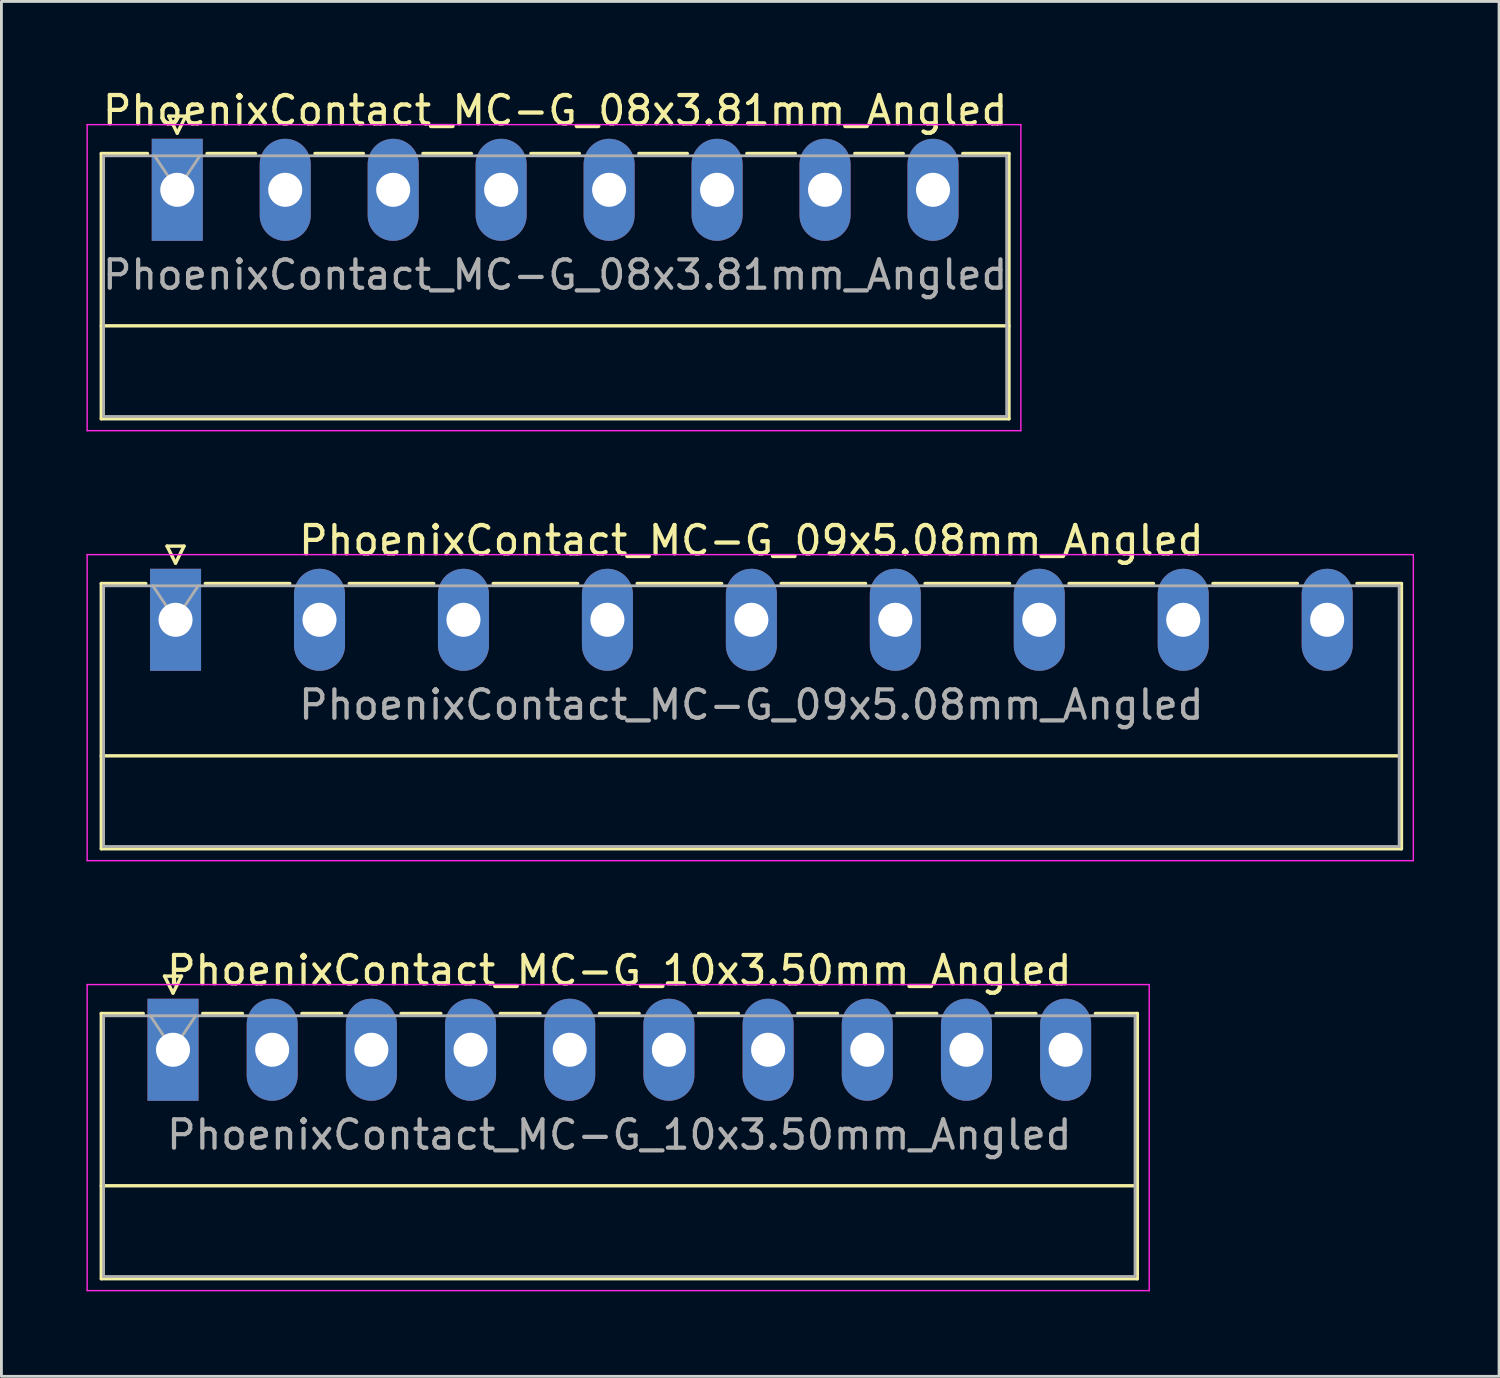
<source format=kicad_pcb>
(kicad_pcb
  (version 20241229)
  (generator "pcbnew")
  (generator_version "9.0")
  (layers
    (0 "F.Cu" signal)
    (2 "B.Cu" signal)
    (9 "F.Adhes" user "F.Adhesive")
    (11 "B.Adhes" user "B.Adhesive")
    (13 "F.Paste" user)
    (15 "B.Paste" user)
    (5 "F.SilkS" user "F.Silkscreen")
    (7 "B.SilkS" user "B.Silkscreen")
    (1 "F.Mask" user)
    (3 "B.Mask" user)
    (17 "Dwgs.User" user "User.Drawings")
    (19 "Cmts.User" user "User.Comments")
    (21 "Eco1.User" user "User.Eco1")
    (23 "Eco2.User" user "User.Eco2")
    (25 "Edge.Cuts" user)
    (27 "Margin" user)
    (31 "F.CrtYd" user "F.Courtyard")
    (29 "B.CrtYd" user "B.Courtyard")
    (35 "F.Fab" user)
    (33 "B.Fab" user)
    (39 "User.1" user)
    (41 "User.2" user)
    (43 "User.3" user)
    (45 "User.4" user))
  (footprint "PhoenixContact_MC-G_08x3.81mm_Angled"
    (layer "F.Cu")
    (at 3.205 3.648)
    (property "Reference" "PhoenixContact_MC-G_08x3.81mm_Angled" (at 13.335 -2.8 0) (layer "F.SilkS") (effects (font (size 1 1) (thickness 0.15))))
    (attr through_hole)
    (fp_line (start -2.68 -1.28) (end -2.68 8.08) (stroke (width 0.12) (type solid)) (layer "F.SilkS"))
    (fp_line (start -2.68 -1.28) (end -1.05 -1.28) (stroke (width 0.12) (type solid)) (layer "F.SilkS"))
    (fp_line (start -2.68 4.8) (end 29.35 4.8) (stroke (width 0.12) (type solid)) (layer "F.SilkS"))
    (fp_line (start -2.68 8.08) (end 29.35 8.08) (stroke (width 0.12) (type solid)) (layer "F.SilkS"))
    (fp_line (start -0.3 -2.6) (end 0.3 -2.6) (stroke (width 0.12) (type solid)) (layer "F.SilkS"))
    (fp_line (start 0 -2) (end -0.3 -2.6) (stroke (width 0.12) (type solid)) (layer "F.SilkS"))
    (fp_line (start 0.3 -2.6) (end 0 -2) (stroke (width 0.12) (type solid)) (layer "F.SilkS"))
    (fp_line (start 1.05 -1.28) (end 2.76 -1.28) (stroke (width 0.12) (type solid)) (layer "F.SilkS"))
    (fp_line (start 4.86 -1.28) (end 6.57 -1.28) (stroke (width 0.12) (type solid)) (layer "F.SilkS"))
    (fp_line (start 8.67 -1.28) (end 10.38 -1.28) (stroke (width 0.12) (type solid)) (layer "F.SilkS"))
    (fp_line (start 12.48 -1.28) (end 14.19 -1.28) (stroke (width 0.12) (type solid)) (layer "F.SilkS"))
    (fp_line (start 16.29 -1.28) (end 18 -1.28) (stroke (width 0.12) (type solid)) (layer "F.SilkS"))
    (fp_line (start 20.1 -1.28) (end 21.81 -1.28) (stroke (width 0.12) (type solid)) (layer "F.SilkS"))
    (fp_line (start 23.91 -1.28) (end 25.62 -1.28) (stroke (width 0.12) (type solid)) (layer "F.SilkS"))
    (fp_line (start 29.35 -1.28) (end 27.72 -1.28) (stroke (width 0.12) (type solid)) (layer "F.SilkS"))
    (fp_line (start 29.35 8.08) (end 29.35 -1.28) (stroke (width 0.12) (type solid)) (layer "F.SilkS"))
    (fp_line (start -3.18 -2.3) (end -3.18 8.5) (stroke (width 0.05) (type solid)) (layer "F.CrtYd"))
    (fp_line (start -3.18 8.5) (end 29.77 8.5) (stroke (width 0.05) (type solid)) (layer "F.CrtYd"))
    (fp_line (start 29.77 -2.3) (end -3.18 -2.3) (stroke (width 0.05) (type solid)) (layer "F.CrtYd"))
    (fp_line (start 29.77 8.5) (end 29.77 -2.3) (stroke (width 0.05) (type solid)) (layer "F.CrtYd"))
    (fp_line (start -2.6 -1.2) (end -2.6 8) (stroke (width 0.1) (type solid)) (layer "F.Fab"))
    (fp_line (start -2.6 8) (end 29.27 8) (stroke (width 0.1) (type solid)) (layer "F.Fab"))
    (fp_line (start 0 0) (end -0.8 -1.2) (stroke (width 0.1) (type solid)) (layer "F.Fab"))
    (fp_line (start 0.8 -1.2) (end 0 0) (stroke (width 0.1) (type solid)) (layer "F.Fab"))
    (fp_line (start 29.27 -1.2) (end -2.6 -1.2) (stroke (width 0.1) (type solid)) (layer "F.Fab"))
    (fp_line (start 29.27 8) (end 29.27 -1.2) (stroke (width 0.1) (type solid)) (layer "F.Fab"))
    (fp_text user "${REFERENCE}" (at 13.335 3 0) (layer "F.Fab") (effects (font (size 1 1) (thickness 0.15))))
    (pad "1" thru_hole rect (at 0 0) (size 1.8 3.6) (drill 1.2) (layers "*.Cu" "*.Mask"))
    (pad "2" thru_hole oval (at 3.81 0) (size 1.8 3.6) (drill 1.2) (layers "*.Cu" "*.Mask"))
    (pad "3" thru_hole oval (at 7.62 0) (size 1.8 3.6) (drill 1.2) (layers "*.Cu" "*.Mask"))
    (pad "4" thru_hole oval (at 11.43 0) (size 1.8 3.6) (drill 1.2) (layers "*.Cu" "*.Mask"))
    (pad "5" thru_hole oval (at 15.24 0) (size 1.8 3.6) (drill 1.2) (layers "*.Cu" "*.Mask"))
    (pad "6" thru_hole oval (at 19.05 0) (size 1.8 3.6) (drill 1.2) (layers "*.Cu" "*.Mask"))
    (pad "7" thru_hole oval (at 22.86 0) (size 1.8 3.6) (drill 1.2) (layers "*.Cu" "*.Mask"))
    (pad "8" thru_hole oval (at 26.67 0) (size 1.8 3.6) (drill 1.2) (layers "*.Cu" "*.Mask")))
  (footprint "PhoenixContact_MC-G_10x3.50mm_Angled"
    (layer "F.Cu")
    (at 3.055 33.995)
    (property "Reference" "PhoenixContact_MC-G_10x3.50mm_Angled" (at 15.75 -2.8 0) (layer "F.SilkS") (effects (font (size 1 1) (thickness 0.15))))
    (attr through_hole)
    (fp_line (start -2.53 -1.28) (end -2.53 8.08) (stroke (width 0.12) (type solid)) (layer "F.SilkS"))
    (fp_line (start -2.53 -1.28) (end -1.05 -1.28) (stroke (width 0.12) (type solid)) (layer "F.SilkS"))
    (fp_line (start -2.53 4.8) (end 34.03 4.8) (stroke (width 0.12) (type solid)) (layer "F.SilkS"))
    (fp_line (start -2.53 8.08) (end 34.03 8.08) (stroke (width 0.12) (type solid)) (layer "F.SilkS"))
    (fp_line (start -0.3 -2.6) (end 0.3 -2.6) (stroke (width 0.12) (type solid)) (layer "F.SilkS"))
    (fp_line (start 0 -2) (end -0.3 -2.6) (stroke (width 0.12) (type solid)) (layer "F.SilkS"))
    (fp_line (start 0.3 -2.6) (end 0 -2) (stroke (width 0.12) (type solid)) (layer "F.SilkS"))
    (fp_line (start 1.05 -1.28) (end 2.45 -1.28) (stroke (width 0.12) (type solid)) (layer "F.SilkS"))
    (fp_line (start 4.55 -1.28) (end 5.95 -1.28) (stroke (width 0.12) (type solid)) (layer "F.SilkS"))
    (fp_line (start 8.05 -1.28) (end 9.45 -1.28) (stroke (width 0.12) (type solid)) (layer "F.SilkS"))
    (fp_line (start 11.55 -1.28) (end 12.95 -1.28) (stroke (width 0.12) (type solid)) (layer "F.SilkS"))
    (fp_line (start 15.05 -1.28) (end 16.45 -1.28) (stroke (width 0.12) (type solid)) (layer "F.SilkS"))
    (fp_line (start 18.55 -1.28) (end 19.95 -1.28) (stroke (width 0.12) (type solid)) (layer "F.SilkS"))
    (fp_line (start 22.05 -1.28) (end 23.45 -1.28) (stroke (width 0.12) (type solid)) (layer "F.SilkS"))
    (fp_line (start 25.55 -1.28) (end 26.95 -1.28) (stroke (width 0.12) (type solid)) (layer "F.SilkS"))
    (fp_line (start 29.05 -1.28) (end 30.45 -1.28) (stroke (width 0.12) (type solid)) (layer "F.SilkS"))
    (fp_line (start 34.03 -1.28) (end 32.55 -1.28) (stroke (width 0.12) (type solid)) (layer "F.SilkS"))
    (fp_line (start 34.03 8.08) (end 34.03 -1.28) (stroke (width 0.12) (type solid)) (layer "F.SilkS"))
    (fp_line (start -3.03 -2.3) (end -3.03 8.5) (stroke (width 0.05) (type solid)) (layer "F.CrtYd"))
    (fp_line (start -3.03 8.5) (end 34.45 8.5) (stroke (width 0.05) (type solid)) (layer "F.CrtYd"))
    (fp_line (start 34.45 -2.3) (end -3.03 -2.3) (stroke (width 0.05) (type solid)) (layer "F.CrtYd"))
    (fp_line (start 34.45 8.5) (end 34.45 -2.3) (stroke (width 0.05) (type solid)) (layer "F.CrtYd"))
    (fp_line (start -2.45 -1.2) (end -2.45 8) (stroke (width 0.1) (type solid)) (layer "F.Fab"))
    (fp_line (start -2.45 8) (end 33.95 8) (stroke (width 0.1) (type solid)) (layer "F.Fab"))
    (fp_line (start 0 0) (end -0.8 -1.2) (stroke (width 0.1) (type solid)) (layer "F.Fab"))
    (fp_line (start 0.8 -1.2) (end 0 0) (stroke (width 0.1) (type solid)) (layer "F.Fab"))
    (fp_line (start 33.95 -1.2) (end -2.45 -1.2) (stroke (width 0.1) (type solid)) (layer "F.Fab"))
    (fp_line (start 33.95 8) (end 33.95 -1.2) (stroke (width 0.1) (type solid)) (layer "F.Fab"))
    (fp_text user "${REFERENCE}" (at 15.75 3 0) (layer "F.Fab") (effects (font (size 1 1) (thickness 0.15))))
    (pad "1" thru_hole rect (at 0 0) (size 1.8 3.6) (drill 1.2) (layers "*.Cu" "*.Mask"))
    (pad "2" thru_hole oval (at 3.5 0) (size 1.8 3.6) (drill 1.2) (layers "*.Cu" "*.Mask"))
    (pad "3" thru_hole oval (at 7 0) (size 1.8 3.6) (drill 1.2) (layers "*.Cu" "*.Mask"))
    (pad "4" thru_hole oval (at 10.5 0) (size 1.8 3.6) (drill 1.2) (layers "*.Cu" "*.Mask"))
    (pad "5" thru_hole oval (at 14 0) (size 1.8 3.6) (drill 1.2) (layers "*.Cu" "*.Mask"))
    (pad "6" thru_hole oval (at 17.5 0) (size 1.8 3.6) (drill 1.2) (layers "*.Cu" "*.Mask"))
    (pad "7" thru_hole oval (at 21 0) (size 1.8 3.6) (drill 1.2) (layers "*.Cu" "*.Mask"))
    (pad "8" thru_hole oval (at 24.5 0) (size 1.8 3.6) (drill 1.2) (layers "*.Cu" "*.Mask"))
    (pad "9" thru_hole oval (at 28 0) (size 1.8 3.6) (drill 1.2) (layers "*.Cu" "*.Mask"))
    (pad "10" thru_hole oval (at 31.5 0) (size 1.8 3.6) (drill 1.2) (layers "*.Cu" "*.Mask")))
  (footprint "PhoenixContact_MC-G_09x5.08mm_Angled"
    (layer "F.Cu")
    (at 3.145 18.822)
    (property "Reference" "PhoenixContact_MC-G_09x5.08mm_Angled" (at 20.32 -2.8 0) (layer "F.SilkS") (effects (font (size 1 1) (thickness 0.15))))
    (attr through_hole)
    (fp_line (start -2.62 -1.28) (end -2.62 8.08) (stroke (width 0.12) (type solid)) (layer "F.SilkS"))
    (fp_line (start -2.62 -1.28) (end -1.05 -1.28) (stroke (width 0.12) (type solid)) (layer "F.SilkS"))
    (fp_line (start -2.62 4.8) (end 43.26 4.8) (stroke (width 0.12) (type solid)) (layer "F.SilkS"))
    (fp_line (start -2.62 8.08) (end 43.26 8.08) (stroke (width 0.12) (type solid)) (layer "F.SilkS"))
    (fp_line (start -0.3 -2.6) (end 0.3 -2.6) (stroke (width 0.12) (type solid)) (layer "F.SilkS"))
    (fp_line (start 0 -2) (end -0.3 -2.6) (stroke (width 0.12) (type solid)) (layer "F.SilkS"))
    (fp_line (start 0.3 -2.6) (end 0 -2) (stroke (width 0.12) (type solid)) (layer "F.SilkS"))
    (fp_line (start 1.05 -1.28) (end 4.03 -1.28) (stroke (width 0.12) (type solid)) (layer "F.SilkS"))
    (fp_line (start 6.13 -1.28) (end 9.11 -1.28) (stroke (width 0.12) (type solid)) (layer "F.SilkS"))
    (fp_line (start 11.21 -1.28) (end 14.19 -1.28) (stroke (width 0.12) (type solid)) (layer "F.SilkS"))
    (fp_line (start 16.29 -1.28) (end 19.27 -1.28) (stroke (width 0.12) (type solid)) (layer "F.SilkS"))
    (fp_line (start 21.37 -1.28) (end 24.35 -1.28) (stroke (width 0.12) (type solid)) (layer "F.SilkS"))
    (fp_line (start 26.45 -1.28) (end 29.43 -1.28) (stroke (width 0.12) (type solid)) (layer "F.SilkS"))
    (fp_line (start 31.53 -1.28) (end 34.51 -1.28) (stroke (width 0.12) (type solid)) (layer "F.SilkS"))
    (fp_line (start 36.61 -1.28) (end 39.59 -1.28) (stroke (width 0.12) (type solid)) (layer "F.SilkS"))
    (fp_line (start 43.26 -1.28) (end 41.69 -1.28) (stroke (width 0.12) (type solid)) (layer "F.SilkS"))
    (fp_line (start 43.26 8.08) (end 43.26 -1.28) (stroke (width 0.12) (type solid)) (layer "F.SilkS"))
    (fp_line (start -3.12 -2.3) (end -3.12 8.5) (stroke (width 0.05) (type solid)) (layer "F.CrtYd"))
    (fp_line (start -3.12 8.5) (end 43.68 8.5) (stroke (width 0.05) (type solid)) (layer "F.CrtYd"))
    (fp_line (start 43.68 -2.3) (end -3.12 -2.3) (stroke (width 0.05) (type solid)) (layer "F.CrtYd"))
    (fp_line (start 43.68 8.5) (end 43.68 -2.3) (stroke (width 0.05) (type solid)) (layer "F.CrtYd"))
    (fp_line (start -2.54 -1.2) (end -2.54 8) (stroke (width 0.1) (type solid)) (layer "F.Fab"))
    (fp_line (start -2.54 8) (end 43.18 8) (stroke (width 0.1) (type solid)) (layer "F.Fab"))
    (fp_line (start 0 0) (end -0.8 -1.2) (stroke (width 0.1) (type solid)) (layer "F.Fab"))
    (fp_line (start 0.8 -1.2) (end 0 0) (stroke (width 0.1) (type solid)) (layer "F.Fab"))
    (fp_line (start 43.18 -1.2) (end -2.54 -1.2) (stroke (width 0.1) (type solid)) (layer "F.Fab"))
    (fp_line (start 43.18 8) (end 43.18 -1.2) (stroke (width 0.1) (type solid)) (layer "F.Fab"))
    (fp_text user "${REFERENCE}" (at 20.32 3 0) (layer "F.Fab") (effects (font (size 1 1) (thickness 0.15))))
    (pad "1" thru_hole rect (at 0 0) (size 1.8 3.6) (drill 1.2) (layers "*.Cu" "*.Mask"))
    (pad "2" thru_hole oval (at 5.08 0) (size 1.8 3.6) (drill 1.2) (layers "*.Cu" "*.Mask"))
    (pad "3" thru_hole oval (at 10.16 0) (size 1.8 3.6) (drill 1.2) (layers "*.Cu" "*.Mask"))
    (pad "4" thru_hole oval (at 15.24 0) (size 1.8 3.6) (drill 1.2) (layers "*.Cu" "*.Mask"))
    (pad "5" thru_hole oval (at 20.32 0) (size 1.8 3.6) (drill 1.2) (layers "*.Cu" "*.Mask"))
    (pad "6" thru_hole oval (at 25.4 0) (size 1.8 3.6) (drill 1.2) (layers "*.Cu" "*.Mask"))
    (pad "7" thru_hole oval (at 30.48 0) (size 1.8 3.6) (drill 1.2) (layers "*.Cu" "*.Mask"))
    (pad "8" thru_hole oval (at 35.56 0) (size 1.8 3.6) (drill 1.2) (layers "*.Cu" "*.Mask"))
    (pad "9" thru_hole oval (at 40.64 0) (size 1.8 3.6) (drill 1.2) (layers "*.Cu" "*.Mask")))
  (gr_rect
    (start -3 -3)
    (end 49.85 45.52)
    (stroke (width 0.1) (type default))
    (fill no)
    (layer "Edge.Cuts")))
</source>
